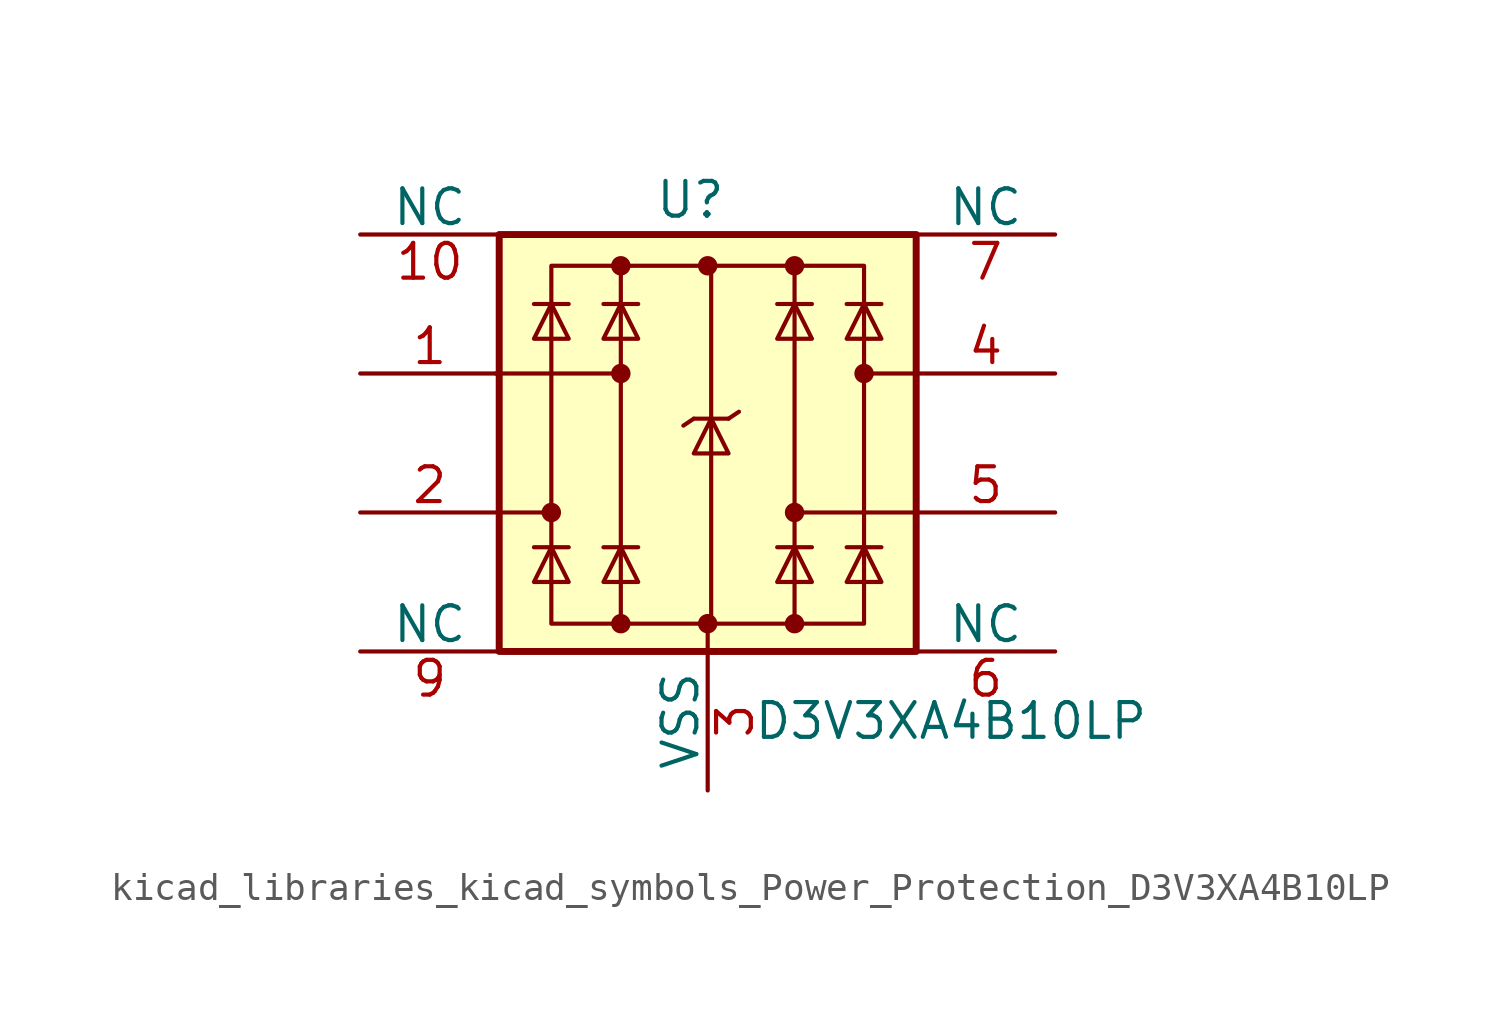
<source format=kicad_sym>
(kicad_symbol_lib
  (version 20220914)
  (generator kicad_symbol_editor)
  (symbol "kicad_libraries_kicad_symbols_Power_Protection_D3V3XA4B10LP"
    (pin_names
      (offset 0))
    (property "Reference" "U"
      (at -0.635 8.89 0)
      (effects (font (size 1.27 1.27))))
    (property "Value" "D3V3XA4B10LP"
      (at 8.89 -10.16 0)
      (effects (font (size 1.27 1.27))))
    (symbol "kicad_libraries_kicad_symbols_Power_Protection_D3V3XA4B10LP_0_0"
      (rectangle (start -5.715 6.477) (end 5.715 -6.604) (stroke (width 0) (type default)) (fill (type none)))
      (polyline (pts (xy -3.175 -6.604) (xy -3.175 6.477)) (stroke (width 0) (type default)) (fill (type none)))
      (polyline (pts (xy 0.127 6.477) (xy 0.127 -6.604)) (stroke (width 0) (type default)) (fill (type none)))
      (polyline (pts (xy 3.175 6.477) (xy 3.175 -6.604)) (stroke (width 0) (type default)) (fill (type none))))
    (symbol "kicad_libraries_kicad_symbols_Power_Protection_D3V3XA4B10LP_0_1"
      (rectangle (start -7.62 7.62) (end 7.62 -7.62) (stroke (width 0.254) (type default)) (fill (type background)))
      (circle (center -5.715 -2.54) (radius 0.279) (stroke (width 0) (type default)) (fill (type outline)))
      (circle (center -3.175 -6.604) (radius 0.279) (stroke (width 0) (type default)) (fill (type outline)))
      (circle (center -3.175 2.54) (radius 0.279) (stroke (width 0) (type default)) (fill (type outline)))
      (circle (center -3.175 6.477) (radius 0.279) (stroke (width 0) (type default)) (fill (type outline)))
      (circle (center 0 -6.604) (radius 0.279) (stroke (width 0) (type default)) (fill (type outline)))
      (polyline (pts (xy -7.747 2.54) (xy -3.175 2.54)) (stroke (width 0) (type default)) (fill (type none)))
      (polyline (pts (xy -7.62 -2.54) (xy -5.715 -2.54)) (stroke (width 0) (type default)) (fill (type none)))
      (polyline (pts (xy -5.08 -3.81) (xy -6.35 -3.81)) (stroke (width 0) (type default)) (fill (type none)))
      (polyline (pts (xy -5.08 5.08) (xy -6.35 5.08)) (stroke (width 0) (type default)) (fill (type none)))
      (polyline (pts (xy -2.54 -3.81) (xy -3.81 -3.81)) (stroke (width 0) (type default)) (fill (type none)))
      (polyline (pts (xy -2.54 5.08) (xy -3.81 5.08)) (stroke (width 0) (type default)) (fill (type none)))
      (polyline (pts (xy -0.508 0.889) (xy -0.889 0.635)) (stroke (width 0) (type default)) (fill (type none)))
      (polyline (pts (xy 0 -6.604) (xy 0 -7.62)) (stroke (width 0) (type default)) (fill (type none)))
      (polyline (pts (xy 0.762 0.889) (xy -0.508 0.889)) (stroke (width 0) (type default)) (fill (type none)))
      (polyline (pts (xy 0.762 0.889) (xy 1.143 1.143)) (stroke (width 0) (type default)) (fill (type none)))
      (polyline (pts (xy 3.81 -3.81) (xy 2.54 -3.81)) (stroke (width 0) (type default)) (fill (type none)))
      (polyline (pts (xy 3.81 5.08) (xy 2.54 5.08)) (stroke (width 0) (type default)) (fill (type none)))
      (polyline (pts (xy 6.35 -3.81) (xy 5.08 -3.81)) (stroke (width 0) (type default)) (fill (type none)))
      (polyline (pts (xy 6.35 5.08) (xy 5.08 5.08)) (stroke (width 0) (type default)) (fill (type none)))
      (polyline (pts (xy 7.62 -2.54) (xy 3.175 -2.54)) (stroke (width 0) (type default)) (fill (type none)))
      (polyline (pts (xy 7.62 2.54) (xy 5.715 2.54)) (stroke (width 0) (type default)) (fill (type none)))
      (polyline (pts (xy -5.08 -5.08) (xy -6.35 -5.08) (xy -5.715 -3.81) (xy -5.08 -5.08)) (stroke (width 0) (type default)) (fill (type none)))
      (polyline (pts (xy -5.08 3.81) (xy -6.35 3.81) (xy -5.715 5.08) (xy -5.08 3.81)) (stroke (width 0) (type default)) (fill (type none)))
      (polyline (pts (xy -2.54 -5.08) (xy -3.81 -5.08) (xy -3.175 -3.81) (xy -2.54 -5.08)) (stroke (width 0) (type default)) (fill (type none)))
      (polyline (pts (xy -2.54 3.81) (xy -3.81 3.81) (xy -3.175 5.08) (xy -2.54 3.81)) (stroke (width 0) (type default)) (fill (type none)))
      (polyline (pts (xy 0.762 -0.381) (xy -0.508 -0.381) (xy 0.127 0.889) (xy 0.762 -0.381)) (stroke (width 0) (type default)) (fill (type none)))
      (polyline (pts (xy 3.81 -5.08) (xy 2.54 -5.08) (xy 3.175 -3.81) (xy 3.81 -5.08)) (stroke (width 0) (type default)) (fill (type none)))
      (polyline (pts (xy 3.81 3.81) (xy 2.54 3.81) (xy 3.175 5.08) (xy 3.81 3.81)) (stroke (width 0) (type default)) (fill (type none)))
      (polyline (pts (xy 6.35 -5.08) (xy 5.08 -5.08) (xy 5.715 -3.81) (xy 6.35 -5.08)) (stroke (width 0) (type default)) (fill (type none)))
      (polyline (pts (xy 6.35 3.81) (xy 5.08 3.81) (xy 5.715 5.08) (xy 6.35 3.81)) (stroke (width 0) (type default)) (fill (type none)))
      (circle (center 0 6.477) (radius 0.279) (stroke (width 0) (type default)) (fill (type outline)))
      (circle (center 3.175 -6.604) (radius 0.279) (stroke (width 0) (type default)) (fill (type outline)))
      (circle (center 3.175 -2.54) (radius 0.279) (stroke (width 0) (type default)) (fill (type outline)))
      (circle (center 3.175 6.477) (radius 0.279) (stroke (width 0) (type default)) (fill (type outline)))
      (circle (center 5.715 2.54) (radius 0.279) (stroke (width 0) (type default)) (fill (type outline))))
    (symbol "kicad_libraries_kicad_symbols_Power_Protection_D3V3XA4B10LP_1_1"
      (pin passive line (at -12.7 2.54 0) (length 5.08) (name "~" (effects (font (size 1.27 1.27)))) (number "1" (effects (font (size 1.27 1.27)))))
      (pin free line (at -12.7 7.62 0) (length 5.08) (name "NC" (effects (font (size 1.27 1.27)))) (number "10" (effects (font (size 1.27 1.27)))))
      (pin passive line (at -12.7 -2.54 0) (length 5.08) (name "~" (effects (font (size 1.27 1.27)))) (number "2" (effects (font (size 1.27 1.27)))))
      (pin power_in line (at 0 -12.7 90) (length 5.08) (name "VSS" (effects (font (size 1.27 1.27)))) (number "3" (effects (font (size 1.27 1.27)))))
      (pin passive line (at 12.7 2.54 180) (length 5.08) (name "~" (effects (font (size 1.27 1.27)))) (number "4" (effects (font (size 1.27 1.27)))))
      (pin passive line (at 12.7 -2.54 180) (length 5.08) (name "~" (effects (font (size 1.27 1.27)))) (number "5" (effects (font (size 1.27 1.27)))))
      (pin free line (at 12.7 -7.62 180) (length 5.08) (name "NC" (effects (font (size 1.27 1.27)))) (number "6" (effects (font (size 1.27 1.27)))))
      (pin free line (at 12.7 7.62 180) (length 5.08) (name "NC" (effects (font (size 1.27 1.27)))) (number "7" (effects (font (size 1.27 1.27)))))
      (pin passive line (at 0 -12.7 90) (length 5.08) hide (name "VSS" (effects (font (size 1.27 1.27)))) (number "8" (effects (font (size 1.27 1.27)))))
      (pin free line (at -12.7 -7.62 0) (length 5.08) (name "NC" (effects (font (size 1.27 1.27)))) (number "9" (effects (font (size 1.27 1.27))))))))
</source>
